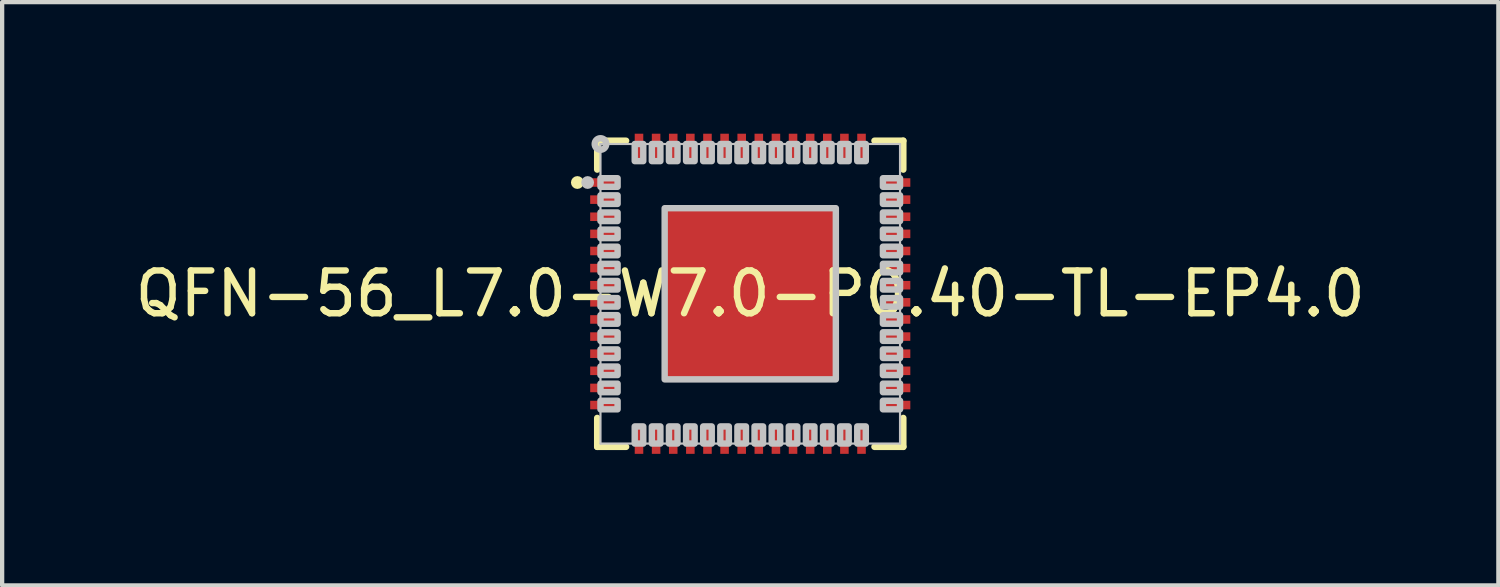
<source format=kicad_pcb>
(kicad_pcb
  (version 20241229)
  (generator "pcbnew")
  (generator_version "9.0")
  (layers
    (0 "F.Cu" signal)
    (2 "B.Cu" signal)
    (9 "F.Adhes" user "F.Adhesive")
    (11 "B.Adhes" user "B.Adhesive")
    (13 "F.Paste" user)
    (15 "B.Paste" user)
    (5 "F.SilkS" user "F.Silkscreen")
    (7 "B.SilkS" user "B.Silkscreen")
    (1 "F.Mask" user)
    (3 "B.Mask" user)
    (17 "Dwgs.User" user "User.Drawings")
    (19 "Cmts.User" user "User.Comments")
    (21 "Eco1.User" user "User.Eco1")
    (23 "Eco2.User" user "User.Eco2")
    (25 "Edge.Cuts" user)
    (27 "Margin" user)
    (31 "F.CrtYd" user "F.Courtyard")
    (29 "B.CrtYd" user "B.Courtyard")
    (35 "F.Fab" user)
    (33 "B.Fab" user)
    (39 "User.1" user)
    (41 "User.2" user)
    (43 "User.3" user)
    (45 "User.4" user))
  (footprint "QFN-56_L7.0-W7.0-P0.40-TL-EP4.0"
    (layer "F.Cu")
    (at 14.482 3.815)
    (property "Reference" "QFN-56_L7.0-W7.0-P0.40-TL-EP4.0" (at 0 0 0) (layer "F.SilkS") (effects (font (size 1 1) (thickness 0.15))))
    (fp_line (start -3.576 -3.576) (end -3.576 -2.903) (stroke (width 0.152) (type solid)) (layer "F.SilkS"))
    (fp_line (start -3.576 3.576) (end -3.576 2.902) (stroke (width 0.152) (type solid)) (layer "F.SilkS"))
    (fp_line (start -2.902 -3.576) (end -3.576 -3.576) (stroke (width 0.152) (type solid)) (layer "F.SilkS"))
    (fp_line (start -2.902 3.576) (end -3.576 3.576) (stroke (width 0.152) (type solid)) (layer "F.SilkS"))
    (fp_line (start 2.903 -3.576) (end 3.576 -3.576) (stroke (width 0.152) (type solid)) (layer "F.SilkS"))
    (fp_line (start 2.903 3.576) (end 3.576 3.576) (stroke (width 0.152) (type solid)) (layer "F.SilkS"))
    (fp_line (start 3.576 -3.576) (end 3.576 -2.903) (stroke (width 0.152) (type solid)) (layer "F.SilkS"))
    (fp_line (start 3.576 3.576) (end 3.576 2.902) (stroke (width 0.152) (type solid)) (layer "F.SilkS"))
    (fp_circle (center -4.04 -2.6) (end -3.965 -2.6) (stroke (width 0.15) (type solid)) (fill no) (layer "F.SilkS"))
    (fp_poly (pts (xy -3.74 -2.7) (xy -3.74 -2.5) (xy -3.075 -2.5) (xy -3.075 -2.7) (xy -3.74 -2.7)) (stroke (width 0.15) (type solid)) (fill yes) (layer "F.Paste"))
    (fp_poly (pts (xy -3.74 -2.3) (xy -3.74 -2.1) (xy -3.075 -2.1) (xy -3.075 -2.3) (xy -3.74 -2.3)) (stroke (width 0.15) (type solid)) (fill yes) (layer "F.Paste"))
    (fp_poly (pts (xy -3.74 -1.9) (xy -3.74 -1.7) (xy -3.075 -1.7) (xy -3.075 -1.9) (xy -3.74 -1.9)) (stroke (width 0.15) (type solid)) (fill yes) (layer "F.Paste"))
    (fp_poly (pts (xy -3.74 -1.1) (xy -3.74 -0.9) (xy -3.075 -0.9) (xy -3.075 -1.1) (xy -3.74 -1.1)) (stroke (width 0.15) (type solid)) (fill yes) (layer "F.Paste"))
    (fp_poly (pts (xy -3.74 -0.7) (xy -3.74 -0.5) (xy -3.075 -0.5) (xy -3.075 -0.7) (xy -3.74 -0.7)) (stroke (width 0.15) (type solid)) (fill yes) (layer "F.Paste"))
    (fp_poly (pts (xy -3.74 -0.3) (xy -3.74 -0.1) (xy -3.075 -0.1) (xy -3.075 -0.3) (xy -3.74 -0.3)) (stroke (width 0.15) (type solid)) (fill yes) (layer "F.Paste"))
    (fp_poly (pts (xy -3.74 0.1) (xy -3.74 0.3) (xy -3.075 0.3) (xy -3.075 0.1) (xy -3.74 0.1)) (stroke (width 0.15) (type solid)) (fill yes) (layer "F.Paste"))
    (fp_poly (pts (xy -3.74 0.5) (xy -3.74 0.7) (xy -3.075 0.7) (xy -3.075 0.5) (xy -3.74 0.5)) (stroke (width 0.15) (type solid)) (fill yes) (layer "F.Paste"))
    (fp_poly (pts (xy -3.74 0.9) (xy -3.74 1.1) (xy -3.075 1.1) (xy -3.075 0.9) (xy -3.74 0.9)) (stroke (width 0.15) (type solid)) (fill yes) (layer "F.Paste"))
    (fp_poly (pts (xy -3.74 1.7) (xy -3.74 1.9) (xy -3.075 1.9) (xy -3.075 1.7) (xy -3.74 1.7)) (stroke (width 0.15) (type solid)) (fill yes) (layer "F.Paste"))
    (fp_poly (pts (xy -3.74 2.1) (xy -3.74 2.3) (xy -3.075 2.3) (xy -3.075 2.1) (xy -3.74 2.1)) (stroke (width 0.15) (type solid)) (fill yes) (layer "F.Paste"))
    (fp_poly (pts (xy -3.74 2.5) (xy -3.74 2.7) (xy -3.075 2.7) (xy -3.075 2.5) (xy -3.74 2.5)) (stroke (width 0.15) (type solid)) (fill yes) (layer "F.Paste"))
    (fp_poly (pts (xy -3.075 -1.3) (xy -3.075 -1.5) (xy -3.74 -1.5) (xy -3.74 -1.3) (xy -3.075 -1.3)) (stroke (width 0.15) (type solid)) (fill yes) (layer "F.Paste"))
    (fp_poly (pts (xy -3.075 1.5) (xy -3.075 1.3) (xy -3.74 1.3) (xy -3.74 1.5) (xy -3.075 1.5)) (stroke (width 0.15) (type solid)) (fill yes) (layer "F.Paste"))
    (fp_poly (pts (xy -2.7 3.075) (xy -2.7 3.74) (xy -2.5 3.74) (xy -2.5 3.075) (xy -2.7 3.075)) (stroke (width 0.15) (type solid)) (fill yes) (layer "F.Paste"))
    (fp_poly (pts (xy -2.5 -3.075) (xy -2.5 -3.74) (xy -2.7 -3.74) (xy -2.7 -3.075) (xy -2.5 -3.075)) (stroke (width 0.15) (type solid)) (fill yes) (layer "F.Paste"))
    (fp_poly (pts (xy -2.3 3.075) (xy -2.3 3.74) (xy -2.1 3.74) (xy -2.1 3.075) (xy -2.3 3.075)) (stroke (width 0.15) (type solid)) (fill yes) (layer "F.Paste"))
    (fp_poly (pts (xy -2.1 -3.075) (xy -2.1 -3.74) (xy -2.3 -3.74) (xy -2.3 -3.075) (xy -2.1 -3.075)) (stroke (width 0.15) (type solid)) (fill yes) (layer "F.Paste"))
    (fp_poly (pts (xy -1.7 -3.075) (xy -1.7 -3.74) (xy -1.9 -3.74) (xy -1.9 -3.075) (xy -1.7 -3.075)) (stroke (width 0.15) (type solid)) (fill yes) (layer "F.Paste"))
    (fp_poly (pts (xy -1.7 3.74) (xy -1.7 3.075) (xy -1.9 3.075) (xy -1.9 3.74) (xy -1.7 3.74)) (stroke (width 0.15) (type solid)) (fill yes) (layer "F.Paste"))
    (fp_poly (pts (xy -1.6 -1.6) (xy 1.6 -1.6) (xy 1.6 1.6) (xy -1.6 1.6) (xy -1.6 -1.6)) (stroke (width 0.15) (type solid)) (fill yes) (layer "F.Paste"))
    (fp_poly (pts (xy -1.3 -3.075) (xy -1.3 -3.74) (xy -1.5 -3.74) (xy -1.5 -3.075) (xy -1.3 -3.075)) (stroke (width 0.15) (type solid)) (fill yes) (layer "F.Paste"))
    (fp_poly (pts (xy -1.3 3.74) (xy -1.3 3.075) (xy -1.5 3.075) (xy -1.5 3.74) (xy -1.3 3.74)) (stroke (width 0.15) (type solid)) (fill yes) (layer "F.Paste"))
    (fp_poly (pts (xy -0.9 -3.075) (xy -0.9 -3.74) (xy -1.1 -3.74) (xy -1.1 -3.075) (xy -0.9 -3.075)) (stroke (width 0.15) (type solid)) (fill yes) (layer "F.Paste"))
    (fp_poly (pts (xy -0.9 3.74) (xy -0.9 3.075) (xy -1.1 3.075) (xy -1.1 3.74) (xy -0.9 3.74)) (stroke (width 0.15) (type solid)) (fill yes) (layer "F.Paste"))
    (fp_poly (pts (xy -0.7 -3.74) (xy -0.7 -3.075) (xy -0.5 -3.075) (xy -0.5 -3.74) (xy -0.7 -3.74)) (stroke (width 0.15) (type solid)) (fill yes) (layer "F.Paste"))
    (fp_poly (pts (xy -0.5 3.74) (xy -0.5 3.075) (xy -0.7 3.075) (xy -0.7 3.74) (xy -0.5 3.74)) (stroke (width 0.15) (type solid)) (fill yes) (layer "F.Paste"))
    (fp_poly (pts (xy -0.3 -3.74) (xy -0.3 -3.075) (xy -0.1 -3.075) (xy -0.1 -3.74) (xy -0.3 -3.74)) (stroke (width 0.15) (type solid)) (fill yes) (layer "F.Paste"))
    (fp_poly (pts (xy -0.1 3.74) (xy -0.1 3.075) (xy -0.3 3.075) (xy -0.3 3.74) (xy -0.1 3.74)) (stroke (width 0.15) (type solid)) (fill yes) (layer "F.Paste"))
    (fp_poly (pts (xy 0.1 3.075) (xy 0.1 3.74) (xy 0.3 3.74) (xy 0.3 3.075) (xy 0.1 3.075)) (stroke (width 0.15) (type solid)) (fill yes) (layer "F.Paste"))
    (fp_poly (pts (xy 0.3 -3.075) (xy 0.3 -3.74) (xy 0.1 -3.74) (xy 0.1 -3.075) (xy 0.3 -3.075)) (stroke (width 0.15) (type solid)) (fill yes) (layer "F.Paste"))
    (fp_poly (pts (xy 0.5 3.075) (xy 0.5 3.74) (xy 0.7 3.74) (xy 0.7 3.075) (xy 0.5 3.075)) (stroke (width 0.15) (type solid)) (fill yes) (layer "F.Paste"))
    (fp_poly (pts (xy 0.7 -3.075) (xy 0.7 -3.74) (xy 0.5 -3.74) (xy 0.5 -3.075) (xy 0.7 -3.075)) (stroke (width 0.15) (type solid)) (fill yes) (layer "F.Paste"))
    (fp_poly (pts (xy 1.1 -3.075) (xy 1.1 -3.74) (xy 0.9 -3.74) (xy 0.9 -3.075) (xy 1.1 -3.075)) (stroke (width 0.15) (type solid)) (fill yes) (layer "F.Paste"))
    (fp_poly (pts (xy 1.1 3.74) (xy 1.1 3.075) (xy 0.9 3.075) (xy 0.9 3.74) (xy 1.1 3.74)) (stroke (width 0.15) (type solid)) (fill yes) (layer "F.Paste"))
    (fp_poly (pts (xy 1.5 -3.075) (xy 1.5 -3.74) (xy 1.3 -3.74) (xy 1.3 -3.075) (xy 1.5 -3.075)) (stroke (width 0.15) (type solid)) (fill yes) (layer "F.Paste"))
    (fp_poly (pts (xy 1.5 3.74) (xy 1.5 3.075) (xy 1.3 3.075) (xy 1.3 3.74) (xy 1.5 3.74)) (stroke (width 0.15) (type solid)) (fill yes) (layer "F.Paste"))
    (fp_poly (pts (xy 1.9 -3.075) (xy 1.9 -3.74) (xy 1.7 -3.74) (xy 1.7 -3.075) (xy 1.9 -3.075)) (stroke (width 0.15) (type solid)) (fill yes) (layer "F.Paste"))
    (fp_poly (pts (xy 1.9 3.74) (xy 1.9 3.075) (xy 1.7 3.075) (xy 1.7 3.74) (xy 1.9 3.74)) (stroke (width 0.15) (type solid)) (fill yes) (layer "F.Paste"))
    (fp_poly (pts (xy 2.1 -3.74) (xy 2.1 -3.075) (xy 2.3 -3.075) (xy 2.3 -3.74) (xy 2.1 -3.74)) (stroke (width 0.15) (type solid)) (fill yes) (layer "F.Paste"))
    (fp_poly (pts (xy 2.3 3.74) (xy 2.3 3.075) (xy 2.1 3.075) (xy 2.1 3.74) (xy 2.3 3.74)) (stroke (width 0.15) (type solid)) (fill yes) (layer "F.Paste"))
    (fp_poly (pts (xy 2.5 -3.74) (xy 2.5 -3.075) (xy 2.7 -3.075) (xy 2.7 -3.74) (xy 2.5 -3.74)) (stroke (width 0.15) (type solid)) (fill yes) (layer "F.Paste"))
    (fp_poly (pts (xy 2.7 3.74) (xy 2.7 3.075) (xy 2.5 3.075) (xy 2.5 3.74) (xy 2.7 3.74)) (stroke (width 0.15) (type solid)) (fill yes) (layer "F.Paste"))
    (fp_poly (pts (xy 3.74 -2.5) (xy 3.74 -2.7) (xy 3.075 -2.7) (xy 3.075 -2.5) (xy 3.74 -2.5)) (stroke (width 0.15) (type solid)) (fill yes) (layer "F.Paste"))
    (fp_poly (pts (xy 3.74 -2.1) (xy 3.74 -2.3) (xy 3.075 -2.3) (xy 3.075 -2.1) (xy 3.74 -2.1)) (stroke (width 0.15) (type solid)) (fill yes) (layer "F.Paste"))
    (fp_poly (pts (xy 3.74 -1.7) (xy 3.74 -1.9) (xy 3.075 -1.9) (xy 3.075 -1.7) (xy 3.74 -1.7)) (stroke (width 0.15) (type solid)) (fill yes) (layer "F.Paste"))
    (fp_poly (pts (xy 3.74 -1.3) (xy 3.74 -1.5) (xy 3.075 -1.5) (xy 3.075 -1.3) (xy 3.74 -1.3)) (stroke (width 0.15) (type solid)) (fill yes) (layer "F.Paste"))
    (fp_poly (pts (xy 3.74 -0.9) (xy 3.74 -1.1) (xy 3.075 -1.1) (xy 3.075 -0.9) (xy 3.74 -0.9)) (stroke (width 0.15) (type solid)) (fill yes) (layer "F.Paste"))
    (fp_poly (pts (xy 3.74 -0.5) (xy 3.74 -0.7) (xy 3.075 -0.7) (xy 3.075 -0.5) (xy 3.74 -0.5)) (stroke (width 0.15) (type solid)) (fill yes) (layer "F.Paste"))
    (fp_poly (pts (xy 3.74 -0.1) (xy 3.74 -0.3) (xy 3.075 -0.3) (xy 3.075 -0.1) (xy 3.74 -0.1)) (stroke (width 0.15) (type solid)) (fill yes) (layer "F.Paste"))
    (fp_poly (pts (xy 3.74 0.3) (xy 3.74 0.1) (xy 3.075 0.1) (xy 3.075 0.3) (xy 3.74 0.3)) (stroke (width 0.15) (type solid)) (fill yes) (layer "F.Paste"))
    (fp_poly (pts (xy 3.74 0.7) (xy 3.74 0.5) (xy 3.075 0.5) (xy 3.075 0.7) (xy 3.74 0.7)) (stroke (width 0.15) (type solid)) (fill yes) (layer "F.Paste"))
    (fp_poly (pts (xy 3.74 1.1) (xy 3.74 0.9) (xy 3.075 0.9) (xy 3.075 1.1) (xy 3.74 1.1)) (stroke (width 0.15) (type solid)) (fill yes) (layer "F.Paste"))
    (fp_poly (pts (xy 3.74 1.5) (xy 3.74 1.3) (xy 3.075 1.3) (xy 3.075 1.5) (xy 3.74 1.5)) (stroke (width 0.15) (type solid)) (fill yes) (layer "F.Paste"))
    (fp_poly (pts (xy 3.74 1.9) (xy 3.74 1.7) (xy 3.075 1.7) (xy 3.075 1.9) (xy 3.74 1.9)) (stroke (width 0.15) (type solid)) (fill yes) (layer "F.Paste"))
    (fp_poly (pts (xy 3.74 2.3) (xy 3.74 2.1) (xy 3.075 2.1) (xy 3.075 2.3) (xy 3.74 2.3)) (stroke (width 0.15) (type solid)) (fill yes) (layer "F.Paste"))
    (fp_poly (pts (xy 3.74 2.7) (xy 3.74 2.5) (xy 3.075 2.5) (xy 3.075 2.7) (xy 3.74 2.7)) (stroke (width 0.15) (type solid)) (fill yes) (layer "F.Paste"))
    (fp_line (start -3.5 -3.5) (end 3.5 -3.5) (stroke (width 0.051) (type solid)) (layer "Dwgs.User"))
    (fp_line (start -3.5 3.5) (end -3.5 -3.5) (stroke (width 0.051) (type solid)) (layer "Dwgs.User"))
    (fp_line (start 3.5 -3.5) (end 3.5 3.5) (stroke (width 0.051) (type solid)) (layer "Dwgs.User"))
    (fp_line (start 3.5 3.5) (end -3.5 3.5) (stroke (width 0.051) (type solid)) (layer "Dwgs.User"))
    (fp_circle (center -3.8 -2.6) (end -3.725 -2.6) (stroke (width 0.15) (type solid)) (fill no) (layer "Dwgs.User"))
    (fp_circle (center -3.5 -3.5) (end -3.44 -3.5) (stroke (width 0.15) (type solid)) (fill no) (layer "Dwgs.User"))
    (fp_poly (pts (xy -3.5 -2.7) (xy -3.1 -2.7) (xy -3.1 -2.5) (xy -3.5 -2.5) (xy -3.5 -2.7)) (stroke (width 0.15) (type solid)) (fill no) (layer "Dwgs.User"))
    (fp_poly (pts (xy -3.5 -2.3) (xy -3.1 -2.3) (xy -3.1 -2.1) (xy -3.5 -2.1) (xy -3.5 -2.3)) (stroke (width 0.15) (type solid)) (fill no) (layer "Dwgs.User"))
    (fp_poly (pts (xy -3.5 -1.9) (xy -3.1 -1.9) (xy -3.1 -1.7) (xy -3.5 -1.7) (xy -3.5 -1.9)) (stroke (width 0.15) (type solid)) (fill no) (layer "Dwgs.User"))
    (fp_poly (pts (xy -3.5 -1.5) (xy -3.1 -1.5) (xy -3.1 -1.3) (xy -3.5 -1.3) (xy -3.5 -1.5)) (stroke (width 0.15) (type solid)) (fill no) (layer "Dwgs.User"))
    (fp_poly (pts (xy -3.5 -1.1) (xy -3.1 -1.1) (xy -3.1 -0.9) (xy -3.5 -0.9) (xy -3.5 -1.1)) (stroke (width 0.15) (type solid)) (fill no) (layer "Dwgs.User"))
    (fp_poly (pts (xy -3.5 -0.7) (xy -3.1 -0.7) (xy -3.1 -0.5) (xy -3.5 -0.5) (xy -3.5 -0.7)) (stroke (width 0.15) (type solid)) (fill no) (layer "Dwgs.User"))
    (fp_poly (pts (xy -3.5 -0.3) (xy -3.1 -0.3) (xy -3.1 -0.1) (xy -3.5 -0.1) (xy -3.5 -0.3)) (stroke (width 0.15) (type solid)) (fill no) (layer "Dwgs.User"))
    (fp_poly (pts (xy -3.5 0.1) (xy -3.1 0.1) (xy -3.1 0.3) (xy -3.5 0.3) (xy -3.5 0.1)) (stroke (width 0.15) (type solid)) (fill no) (layer "Dwgs.User"))
    (fp_poly (pts (xy -3.5 0.5) (xy -3.1 0.5) (xy -3.1 0.7) (xy -3.5 0.7) (xy -3.5 0.5)) (stroke (width 0.15) (type solid)) (fill no) (layer "Dwgs.User"))
    (fp_poly (pts (xy -3.5 0.9) (xy -3.1 0.9) (xy -3.1 1.1) (xy -3.5 1.1) (xy -3.5 0.9)) (stroke (width 0.15) (type solid)) (fill no) (layer "Dwgs.User"))
    (fp_poly (pts (xy -3.5 1.3) (xy -3.1 1.3) (xy -3.1 1.5) (xy -3.5 1.5) (xy -3.5 1.3)) (stroke (width 0.15) (type solid)) (fill no) (layer "Dwgs.User"))
    (fp_poly (pts (xy -3.5 1.7) (xy -3.1 1.7) (xy -3.1 1.9) (xy -3.5 1.9) (xy -3.5 1.7)) (stroke (width 0.15) (type solid)) (fill no) (layer "Dwgs.User"))
    (fp_poly (pts (xy -3.5 2.1) (xy -3.1 2.1) (xy -3.1 2.3) (xy -3.5 2.3) (xy -3.5 2.1)) (stroke (width 0.15) (type solid)) (fill no) (layer "Dwgs.User"))
    (fp_poly (pts (xy -3.5 2.5) (xy -3.1 2.5) (xy -3.1 2.7) (xy -3.5 2.7) (xy -3.5 2.5)) (stroke (width 0.15) (type solid)) (fill no) (layer "Dwgs.User"))
    (fp_poly (pts (xy -2.7 -3.1) (xy -2.5 -3.1) (xy -2.5 -3.5) (xy -2.7 -3.5) (xy -2.7 -3.1)) (stroke (width 0.15) (type solid)) (fill no) (layer "Dwgs.User"))
    (fp_poly (pts (xy -2.7 3.1) (xy -2.5 3.1) (xy -2.5 3.5) (xy -2.7 3.5) (xy -2.7 3.1)) (stroke (width 0.15) (type solid)) (fill no) (layer "Dwgs.User"))
    (fp_poly (pts (xy -2.3 -3.1) (xy -2.1 -3.1) (xy -2.1 -3.5) (xy -2.3 -3.5) (xy -2.3 -3.1)) (stroke (width 0.15) (type solid)) (fill no) (layer "Dwgs.User"))
    (fp_poly (pts (xy -2.3 3.1) (xy -2.1 3.1) (xy -2.1 3.5) (xy -2.3 3.5) (xy -2.3 3.1)) (stroke (width 0.15) (type solid)) (fill no) (layer "Dwgs.User"))
    (fp_poly (pts (xy -2 -2) (xy 2 -2) (xy 2 2) (xy -2 2) (xy -2 -2)) (stroke (width 0.15) (type solid)) (fill no) (layer "Dwgs.User"))
    (fp_poly (pts (xy -1.9 -3.1) (xy -1.7 -3.1) (xy -1.7 -3.5) (xy -1.9 -3.5) (xy -1.9 -3.1)) (stroke (width 0.15) (type solid)) (fill no) (layer "Dwgs.User"))
    (fp_poly (pts (xy -1.9 3.1) (xy -1.7 3.1) (xy -1.7 3.5) (xy -1.9 3.5) (xy -1.9 3.1)) (stroke (width 0.15) (type solid)) (fill no) (layer "Dwgs.User"))
    (fp_poly (pts (xy -1.5 -3.1) (xy -1.3 -3.1) (xy -1.3 -3.5) (xy -1.5 -3.5) (xy -1.5 -3.1)) (stroke (width 0.15) (type solid)) (fill no) (layer "Dwgs.User"))
    (fp_poly (pts (xy -1.5 3.1) (xy -1.3 3.1) (xy -1.3 3.5) (xy -1.5 3.5) (xy -1.5 3.1)) (stroke (width 0.15) (type solid)) (fill no) (layer "Dwgs.User"))
    (fp_poly (pts (xy -1.1 -3.1) (xy -0.9 -3.1) (xy -0.9 -3.5) (xy -1.1 -3.5) (xy -1.1 -3.1)) (stroke (width 0.15) (type solid)) (fill no) (layer "Dwgs.User"))
    (fp_poly (pts (xy -1.1 3.1) (xy -0.9 3.1) (xy -0.9 3.5) (xy -1.1 3.5) (xy -1.1 3.1)) (stroke (width 0.15) (type solid)) (fill no) (layer "Dwgs.User"))
    (fp_poly (pts (xy -0.7 -3.1) (xy -0.5 -3.1) (xy -0.5 -3.5) (xy -0.7 -3.5) (xy -0.7 -3.1)) (stroke (width 0.15) (type solid)) (fill no) (layer "Dwgs.User"))
    (fp_poly (pts (xy -0.7 3.1) (xy -0.5 3.1) (xy -0.5 3.5) (xy -0.7 3.5) (xy -0.7 3.1)) (stroke (width 0.15) (type solid)) (fill no) (layer "Dwgs.User"))
    (fp_poly (pts (xy -0.3 -3.1) (xy -0.1 -3.1) (xy -0.1 -3.5) (xy -0.3 -3.5) (xy -0.3 -3.1)) (stroke (width 0.15) (type solid)) (fill no) (layer "Dwgs.User"))
    (fp_poly (pts (xy -0.3 3.1) (xy -0.1 3.1) (xy -0.1 3.5) (xy -0.3 3.5) (xy -0.3 3.1)) (stroke (width 0.15) (type solid)) (fill no) (layer "Dwgs.User"))
    (fp_poly (pts (xy 0.1 -3.1) (xy 0.3 -3.1) (xy 0.3 -3.5) (xy 0.1 -3.5) (xy 0.1 -3.1)) (stroke (width 0.15) (type solid)) (fill no) (layer "Dwgs.User"))
    (fp_poly (pts (xy 0.1 3.1) (xy 0.3 3.1) (xy 0.3 3.5) (xy 0.1 3.5) (xy 0.1 3.1)) (stroke (width 0.15) (type solid)) (fill no) (layer "Dwgs.User"))
    (fp_poly (pts (xy 0.5 -3.1) (xy 0.7 -3.1) (xy 0.7 -3.5) (xy 0.5 -3.5) (xy 0.5 -3.1)) (stroke (width 0.15) (type solid)) (fill no) (layer "Dwgs.User"))
    (fp_poly (pts (xy 0.5 3.1) (xy 0.7 3.1) (xy 0.7 3.5) (xy 0.5 3.5) (xy 0.5 3.1)) (stroke (width 0.15) (type solid)) (fill no) (layer "Dwgs.User"))
    (fp_poly (pts (xy 0.9 -3.1) (xy 1.1 -3.1) (xy 1.1 -3.5) (xy 0.9 -3.5) (xy 0.9 -3.1)) (stroke (width 0.15) (type solid)) (fill no) (layer "Dwgs.User"))
    (fp_poly (pts (xy 0.9 3.1) (xy 1.1 3.1) (xy 1.1 3.5) (xy 0.9 3.5) (xy 0.9 3.1)) (stroke (width 0.15) (type solid)) (fill no) (layer "Dwgs.User"))
    (fp_poly (pts (xy 1.3 -3.1) (xy 1.5 -3.1) (xy 1.5 -3.5) (xy 1.3 -3.5) (xy 1.3 -3.1)) (stroke (width 0.15) (type solid)) (fill no) (layer "Dwgs.User"))
    (fp_poly (pts (xy 1.3 3.1) (xy 1.5 3.1) (xy 1.5 3.5) (xy 1.3 3.5) (xy 1.3 3.1)) (stroke (width 0.15) (type solid)) (fill no) (layer "Dwgs.User"))
    (fp_poly (pts (xy 1.7 -3.1) (xy 1.9 -3.1) (xy 1.9 -3.5) (xy 1.7 -3.5) (xy 1.7 -3.1)) (stroke (width 0.15) (type solid)) (fill no) (layer "Dwgs.User"))
    (fp_poly (pts (xy 1.7 3.1) (xy 1.9 3.1) (xy 1.9 3.5) (xy 1.7 3.5) (xy 1.7 3.1)) (stroke (width 0.15) (type solid)) (fill no) (layer "Dwgs.User"))
    (fp_poly (pts (xy 2.1 -3.1) (xy 2.3 -3.1) (xy 2.3 -3.5) (xy 2.1 -3.5) (xy 2.1 -3.1)) (stroke (width 0.15) (type solid)) (fill no) (layer "Dwgs.User"))
    (fp_poly (pts (xy 2.1 3.1) (xy 2.3 3.1) (xy 2.3 3.5) (xy 2.1 3.5) (xy 2.1 3.1)) (stroke (width 0.15) (type solid)) (fill no) (layer "Dwgs.User"))
    (fp_poly (pts (xy 2.5 -3.1) (xy 2.7 -3.1) (xy 2.7 -3.5) (xy 2.5 -3.5) (xy 2.5 -3.1)) (stroke (width 0.15) (type solid)) (fill no) (layer "Dwgs.User"))
    (fp_poly (pts (xy 2.5 3.1) (xy 2.7 3.1) (xy 2.7 3.5) (xy 2.5 3.5) (xy 2.5 3.1)) (stroke (width 0.15) (type solid)) (fill no) (layer "Dwgs.User"))
    (fp_poly (pts (xy 3.5 -2.7) (xy 3.1 -2.7) (xy 3.1 -2.5) (xy 3.5 -2.5) (xy 3.5 -2.7)) (stroke (width 0.15) (type solid)) (fill no) (layer "Dwgs.User"))
    (fp_poly (pts (xy 3.5 -2.3) (xy 3.1 -2.3) (xy 3.1 -2.1) (xy 3.5 -2.1) (xy 3.5 -2.3)) (stroke (width 0.15) (type solid)) (fill no) (layer "Dwgs.User"))
    (fp_poly (pts (xy 3.5 -1.9) (xy 3.1 -1.9) (xy 3.1 -1.7) (xy 3.5 -1.7) (xy 3.5 -1.9)) (stroke (width 0.15) (type solid)) (fill no) (layer "Dwgs.User"))
    (fp_poly (pts (xy 3.5 -1.5) (xy 3.1 -1.5) (xy 3.1 -1.3) (xy 3.5 -1.3) (xy 3.5 -1.5)) (stroke (width 0.15) (type solid)) (fill no) (layer "Dwgs.User"))
    (fp_poly (pts (xy 3.5 -1.1) (xy 3.1 -1.1) (xy 3.1 -0.9) (xy 3.5 -0.9) (xy 3.5 -1.1)) (stroke (width 0.15) (type solid)) (fill no) (layer "Dwgs.User"))
    (fp_poly (pts (xy 3.5 -0.7) (xy 3.1 -0.7) (xy 3.1 -0.5) (xy 3.5 -0.5) (xy 3.5 -0.7)) (stroke (width 0.15) (type solid)) (fill no) (layer "Dwgs.User"))
    (fp_poly (pts (xy 3.5 -0.3) (xy 3.1 -0.3) (xy 3.1 -0.1) (xy 3.5 -0.1) (xy 3.5 -0.3)) (stroke (width 0.15) (type solid)) (fill no) (layer "Dwgs.User"))
    (fp_poly (pts (xy 3.5 0.1) (xy 3.1 0.1) (xy 3.1 0.3) (xy 3.5 0.3) (xy 3.5 0.1)) (stroke (width 0.15) (type solid)) (fill no) (layer "Dwgs.User"))
    (fp_poly (pts (xy 3.5 0.5) (xy 3.1 0.5) (xy 3.1 0.7) (xy 3.5 0.7) (xy 3.5 0.5)) (stroke (width 0.15) (type solid)) (fill no) (layer "Dwgs.User"))
    (fp_poly (pts (xy 3.5 0.9) (xy 3.1 0.9) (xy 3.1 1.1) (xy 3.5 1.1) (xy 3.5 0.9)) (stroke (width 0.15) (type solid)) (fill no) (layer "Dwgs.User"))
    (fp_poly (pts (xy 3.5 1.3) (xy 3.1 1.3) (xy 3.1 1.5) (xy 3.5 1.5) (xy 3.5 1.3)) (stroke (width 0.15) (type solid)) (fill no) (layer "Dwgs.User"))
    (fp_poly (pts (xy 3.5 1.7) (xy 3.1 1.7) (xy 3.1 1.9) (xy 3.5 1.9) (xy 3.5 1.7)) (stroke (width 0.15) (type solid)) (fill no) (layer "Dwgs.User"))
    (fp_poly (pts (xy 3.5 2.1) (xy 3.1 2.1) (xy 3.1 2.3) (xy 3.5 2.3) (xy 3.5 2.1)) (stroke (width 0.15) (type solid)) (fill no) (layer "Dwgs.User"))
    (fp_poly (pts (xy 3.5 2.5) (xy 3.1 2.5) (xy 3.1 2.7) (xy 3.5 2.7) (xy 3.5 2.5)) (stroke (width 0.15) (type solid)) (fill no) (layer "Dwgs.User"))
    (pad "1" smd rect (at -3.408 -2.6) (size 0.665 0.2) (layers "F.Cu" "F.Mask" "F.Paste"))
    (pad "2" smd rect (at -3.408 -2.2) (size 0.665 0.2) (layers "F.Cu" "F.Mask" "F.Paste"))
    (pad "3" smd rect (at -3.408 -1.8) (size 0.665 0.2) (layers "F.Cu" "F.Mask" "F.Paste"))
    (pad "4" smd rect (at -3.408 -1.4) (size 0.665 0.2) (layers "F.Cu" "F.Mask" "F.Paste"))
    (pad "5" smd rect (at -3.408 -1) (size 0.665 0.2) (layers "F.Cu" "F.Mask" "F.Paste"))
    (pad "6" smd rect (at -3.408 -0.6) (size 0.665 0.2) (layers "F.Cu" "F.Mask" "F.Paste"))
    (pad "7" smd rect (at -3.408 -0.2) (size 0.665 0.2) (layers "F.Cu" "F.Mask" "F.Paste"))
    (pad "8" smd rect (at -3.408 0.2) (size 0.665 0.2) (layers "F.Cu" "F.Mask" "F.Paste"))
    (pad "9" smd rect (at -3.408 0.6) (size 0.665 0.2) (layers "F.Cu" "F.Mask" "F.Paste"))
    (pad "10" smd rect (at -3.408 1) (size 0.665 0.2) (layers "F.Cu" "F.Mask" "F.Paste"))
    (pad "11" smd rect (at -3.408 1.4) (size 0.665 0.2) (layers "F.Cu" "F.Mask" "F.Paste"))
    (pad "12" smd rect (at -3.408 1.8) (size 0.665 0.2) (layers "F.Cu" "F.Mask" "F.Paste"))
    (pad "13" smd rect (at -3.408 2.2) (size 0.665 0.2) (layers "F.Cu" "F.Mask" "F.Paste"))
    (pad "14" smd rect (at -3.408 2.6) (size 0.665 0.2) (layers "F.Cu" "F.Mask" "F.Paste"))
    (pad "15" smd rect (at -2.6 3.408) (size 0.2 0.665) (layers "F.Cu" "F.Mask" "F.Paste"))
    (pad "16" smd rect (at -2.2 3.408) (size 0.2 0.665) (layers "F.Cu" "F.Mask" "F.Paste"))
    (pad "17" smd rect (at -1.8 3.408) (size 0.2 0.665) (layers "F.Cu" "F.Mask" "F.Paste"))
    (pad "18" smd rect (at -1.4 3.408) (size 0.2 0.665) (layers "F.Cu" "F.Mask" "F.Paste"))
    (pad "19" smd rect (at -1 3.408) (size 0.2 0.665) (layers "F.Cu" "F.Mask" "F.Paste"))
    (pad "20" smd rect (at -0.6 3.408) (size 0.2 0.665) (layers "F.Cu" "F.Mask" "F.Paste"))
    (pad "21" smd rect (at -0.2 3.408) (size 0.2 0.665) (layers "F.Cu" "F.Mask" "F.Paste"))
    (pad "22" smd rect (at 0.2 3.408) (size 0.2 0.665) (layers "F.Cu" "F.Mask" "F.Paste"))
    (pad "23" smd rect (at 0.6 3.408) (size 0.2 0.665) (layers "F.Cu" "F.Mask" "F.Paste"))
    (pad "24" smd rect (at 1 3.408) (size 0.2 0.665) (layers "F.Cu" "F.Mask" "F.Paste"))
    (pad "25" smd rect (at 1.4 3.408) (size 0.2 0.665) (layers "F.Cu" "F.Mask" "F.Paste"))
    (pad "26" smd rect (at 1.8 3.408) (size 0.2 0.665) (layers "F.Cu" "F.Mask" "F.Paste"))
    (pad "27" smd rect (at 2.2 3.408) (size 0.2 0.665) (layers "F.Cu" "F.Mask" "F.Paste"))
    (pad "28" smd rect (at 2.6 3.408) (size 0.2 0.665) (layers "F.Cu" "F.Mask" "F.Paste"))
    (pad "29" smd rect (at 3.408 2.6) (size 0.665 0.2) (layers "F.Cu" "F.Mask" "F.Paste"))
    (pad "30" smd rect (at 3.408 2.2) (size 0.665 0.2) (layers "F.Cu" "F.Mask" "F.Paste"))
    (pad "31" smd rect (at 3.408 1.8) (size 0.665 0.2) (layers "F.Cu" "F.Mask" "F.Paste"))
    (pad "32" smd rect (at 3.408 1.4) (size 0.665 0.2) (layers "F.Cu" "F.Mask" "F.Paste"))
    (pad "33" smd rect (at 3.408 1) (size 0.665 0.2) (layers "F.Cu" "F.Mask" "F.Paste"))
    (pad "34" smd rect (at 3.408 0.6) (size 0.665 0.2) (layers "F.Cu" "F.Mask" "F.Paste"))
    (pad "35" smd rect (at 3.408 0.2) (size 0.665 0.2) (layers "F.Cu" "F.Mask" "F.Paste"))
    (pad "36" smd rect (at 3.408 -0.2) (size 0.665 0.2) (layers "F.Cu" "F.Mask" "F.Paste"))
    (pad "37" smd rect (at 3.408 -0.6) (size 0.665 0.2) (layers "F.Cu" "F.Mask" "F.Paste"))
    (pad "38" smd rect (at 3.408 -1) (size 0.665 0.2) (layers "F.Cu" "F.Mask" "F.Paste"))
    (pad "39" smd rect (at 3.408 -1.4) (size 0.665 0.2) (layers "F.Cu" "F.Mask" "F.Paste"))
    (pad "40" smd rect (at 3.408 -1.8) (size 0.665 0.2) (layers "F.Cu" "F.Mask" "F.Paste"))
    (pad "41" smd rect (at 3.408 -2.2) (size 0.665 0.2) (layers "F.Cu" "F.Mask" "F.Paste"))
    (pad "42" smd rect (at 3.408 -2.6) (size 0.665 0.2) (layers "F.Cu" "F.Mask" "F.Paste"))
    (pad "43" smd rect (at 2.6 -3.408) (size 0.2 0.665) (layers "F.Cu" "F.Mask" "F.Paste"))
    (pad "44" smd rect (at 2.2 -3.408) (size 0.2 0.665) (layers "F.Cu" "F.Mask" "F.Paste"))
    (pad "45" smd rect (at 1.8 -3.408) (size 0.2 0.665) (layers "F.Cu" "F.Mask" "F.Paste"))
    (pad "46" smd rect (at 1.4 -3.408) (size 0.2 0.665) (layers "F.Cu" "F.Mask" "F.Paste"))
    (pad "47" smd rect (at 1 -3.408) (size 0.2 0.665) (layers "F.Cu" "F.Mask" "F.Paste"))
    (pad "48" smd rect (at 0.6 -3.408) (size 0.2 0.665) (layers "F.Cu" "F.Mask" "F.Paste"))
    (pad "49" smd rect (at 0.2 -3.408) (size 0.2 0.665) (layers "F.Cu" "F.Mask" "F.Paste"))
    (pad "50" smd rect (at -0.2 -3.408) (size 0.2 0.665) (layers "F.Cu" "F.Mask" "F.Paste"))
    (pad "51" smd rect (at -0.6 -3.408) (size 0.2 0.665) (layers "F.Cu" "F.Mask" "F.Paste"))
    (pad "52" smd rect (at -1 -3.408) (size 0.2 0.665) (layers "F.Cu" "F.Mask" "F.Paste"))
    (pad "53" smd rect (at -1.4 -3.408) (size 0.2 0.665) (layers "F.Cu" "F.Mask" "F.Paste"))
    (pad "54" smd rect (at -1.8 -3.408) (size 0.2 0.665) (layers "F.Cu" "F.Mask" "F.Paste"))
    (pad "55" smd rect (at -2.2 -3.408) (size 0.2 0.665) (layers "F.Cu" "F.Mask" "F.Paste"))
    (pad "56" smd rect (at -2.6 -3.408) (size 0.2 0.665) (layers "F.Cu" "F.Mask" "F.Paste"))
    (pad "57" smd rect (at 0.0001 -0.0001) (size 4 4) (layers "F.Cu" "F.Mask" "F.Paste")))
  (gr_rect
    (start -3 -3)
    (end 31.964 10.63)
    (stroke (width 0.1) (type default))
    (fill no)
    (layer "Edge.Cuts")))
</source>
